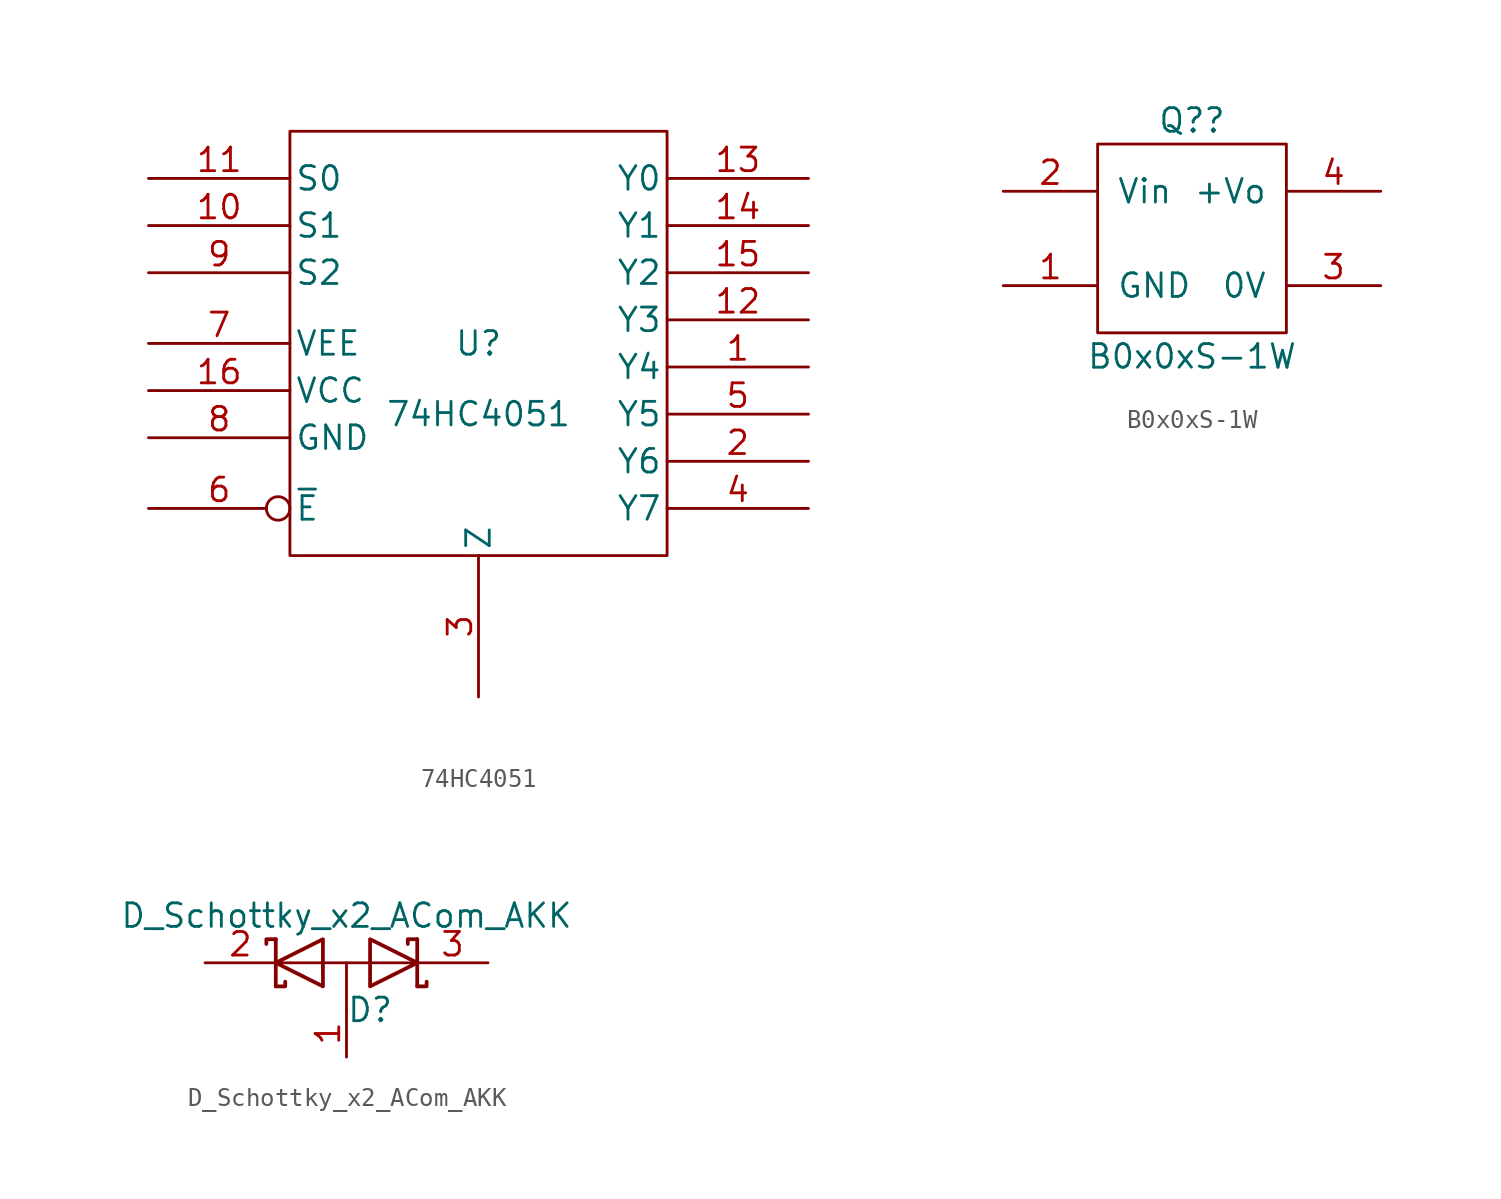
<source format=kicad_sym>
(kicad_symbol_lib
  (version 20220914)
  (generator kicad_symbol_editor)
  (symbol "74HC4051"
    (pin_names
      (offset 0.254))
    (property "Reference" "U"
      (at 0 0 0)
      (effects (font (size 1.27 1.27))))
    (property "Value" "74HC4051"
      (at 0 -3.81 0)
      (effects (font (size 1.27 1.27))))
    (property "Footprint" ""
      (at 0 0 0)
      (effects (font (size 1.27 1.27))))
    (property "Datasheet" ""
      (at 0 0 0)
      (effects (font (size 1.27 1.27))))
    (symbol "74HC4051_0_1"
      (rectangle (start -10.16 11.43) (end 10.16 -11.43) (stroke (width 0) (type solid)) (fill (type none))))
    (symbol "74HC4051_1_1"
      (pin bidirectional line (at 17.78 -1.27 180) (length 7.62) (name "Y4" (effects (font (size 1.27 1.27)))) (number "1" (effects (font (size 1.27 1.27)))))
      (pin input line (at -17.78 6.35 0) (length 7.62) (name "S1" (effects (font (size 1.27 1.27)))) (number "10" (effects (font (size 1.27 1.27)))))
      (pin input line (at -17.78 8.89 0) (length 7.62) (name "S0" (effects (font (size 1.27 1.27)))) (number "11" (effects (font (size 1.27 1.27)))))
      (pin bidirectional line (at 17.78 1.27 180) (length 7.62) (name "Y3" (effects (font (size 1.27 1.27)))) (number "12" (effects (font (size 1.27 1.27)))))
      (pin bidirectional line (at 17.78 8.89 180) (length 7.62) (name "Y0" (effects (font (size 1.27 1.27)))) (number "13" (effects (font (size 1.27 1.27)))))
      (pin bidirectional line (at 17.78 6.35 180) (length 7.62) (name "Y1" (effects (font (size 1.27 1.27)))) (number "14" (effects (font (size 1.27 1.27)))))
      (pin bidirectional line (at 17.78 3.81 180) (length 7.62) (name "Y2" (effects (font (size 1.27 1.27)))) (number "15" (effects (font (size 1.27 1.27)))))
      (pin power_in line (at -17.78 -2.54 0) (length 7.62) (name "VCC" (effects (font (size 1.27 1.27)))) (number "16" (effects (font (size 1.27 1.27)))))
      (pin bidirectional line (at 17.78 -6.35 180) (length 7.62) (name "Y6" (effects (font (size 1.27 1.27)))) (number "2" (effects (font (size 1.27 1.27)))))
      (pin bidirectional line (at 0 -19.05 90) (length 7.62) (name "Z" (effects (font (size 1.27 1.27)))) (number "3" (effects (font (size 1.27 1.27)))))
      (pin bidirectional line (at 17.78 -8.89 180) (length 7.62) (name "Y7" (effects (font (size 1.27 1.27)))) (number "4" (effects (font (size 1.27 1.27)))))
      (pin bidirectional line (at 17.78 -3.81 180) (length 7.62) (name "Y5" (effects (font (size 1.27 1.27)))) (number "5" (effects (font (size 1.27 1.27)))))
      (pin input inverted (at -17.78 -8.89 0) (length 7.62) (name "~{E}" (effects (font (size 1.27 1.27)))) (number "6" (effects (font (size 1.27 1.27)))))
      (pin power_in line (at -17.78 0 0) (length 7.62) (name "VEE" (effects (font (size 1.27 1.27)))) (number "7" (effects (font (size 1.27 1.27)))))
      (pin power_in line (at -17.78 -5.08 0) (length 7.62) (name "GND" (effects (font (size 1.27 1.27)))) (number "8" (effects (font (size 1.27 1.27)))))
      (pin input line (at -17.78 3.81 0) (length 7.62) (name "S2" (effects (font (size 1.27 1.27)))) (number "9" (effects (font (size 1.27 1.27)))))))
  (symbol "B0x0xS-1W"
    (pin_names
      (offset 1.016))
    (property "Reference" "Q?"
      (at 0 6.35 0)
      (effects (font (size 1.27 1.27))))
    (property "Value" "B0x0xS-1W"
      (at 0 -6.35 0)
      (effects (font (size 1.27 1.27))))
    (symbol "B0x0xS-1W_0_1"
      (rectangle (start -5.08 5.08) (end 5.08 -5.08) (stroke (width 0) (type solid)) (fill (type none))))
    (symbol "B0x0xS-1W_1_1"
      (pin power_in line (at -10.16 -2.54 0) (length 5.08) (name "GND" (effects (font (size 1.27 1.27)))) (number "1" (effects (font (size 1.27 1.27)))))
      (pin power_in line (at -10.16 2.54 0) (length 5.08) (name "Vin" (effects (font (size 1.27 1.27)))) (number "2" (effects (font (size 1.27 1.27)))))
      (pin power_out line (at 10.16 -2.54 180) (length 5.08) (name "0V" (effects (font (size 1.27 1.27)))) (number "3" (effects (font (size 1.27 1.27)))))
      (pin power_out line (at 10.16 2.54 180) (length 5.08) (name "+Vo" (effects (font (size 1.27 1.27)))) (number "4" (effects (font (size 1.27 1.27)))))))
  (symbol "D_Schottky_x2_ACom_AKK"
    (pin_names
      (offset 0.762) hide)
    (property "Reference" "D"
      (at 1.27 -2.54 0)
      (effects (font (size 1.27 1.27))))
    (property "Value" "D_Schottky_x2_ACom_AKK"
      (at 0 2.54 0)
      (effects (font (size 1.27 1.27))))
    (property "Footprint" ""
      (at 0 0 0)
      (effects (font (size 1.27 1.27))))
    (property "Datasheet" ""
      (at 0 0 0)
      (effects (font (size 1.27 1.27))))
    (symbol "D_Schottky_x2_ACom_AKK_0_1"
      (polyline (pts (xy -3.556 0) (xy 3.81 0)) (stroke (width 0) (type solid)) (fill (type none)))
      (polyline (pts (xy 0 0) (xy 0 -2.54)) (stroke (width 0) (type solid)) (fill (type none)))
      (polyline (pts (xy -3.81 1.27) (xy -3.81 -1.27) (xy -3.81 -1.27)) (stroke (width 0.203) (type solid)) (fill (type none)))
      (polyline (pts (xy 3.81 1.27) (xy 3.81 -1.27) (xy 3.81 -1.27)) (stroke (width 0.203) (type solid)) (fill (type none)))
      (polyline (pts (xy -3.81 1.27) (xy -4.318 1.27) (xy -4.318 1.016) (xy -4.318 1.016)) (stroke (width 0.203) (type solid)) (fill (type none)))
      (polyline (pts (xy 3.81 -1.27) (xy 4.318 -1.27) (xy 4.318 -1.016) (xy 4.318 -1.016)) (stroke (width 0.203) (type solid)) (fill (type none)))
      (polyline (pts (xy 3.81 1.27) (xy 3.302 1.27) (xy 3.302 1.016) (xy 3.302 1.016)) (stroke (width 0.203) (type solid)) (fill (type none)))
      (polyline (pts (xy -3.302 -1.016) (xy -3.302 -1.27) (xy -3.81 -1.27) (xy -3.81 -1.27) (xy -3.81 -1.27)) (stroke (width 0.203) (type solid)) (fill (type none)))
      (polyline (pts (xy -1.27 -1.27) (xy -3.81 0) (xy -1.27 1.27) (xy -1.27 -1.27) (xy -1.27 -1.27) (xy -1.27 -1.27)) (stroke (width 0.203) (type solid)) (fill (type none)))
      (polyline (pts (xy 1.27 1.27) (xy 3.81 0) (xy 1.27 -1.27) (xy 1.27 1.27) (xy 1.27 1.27) (xy 1.27 1.27)) (stroke (width 0.203) (type solid)) (fill (type none)))
      (pin passive line (at 0 -5.08 90) (length 2.54) (name "A" (effects (font (size 1.27 1.27)))) (number "1" (effects (font (size 1.27 1.27)))))
      (pin passive line (at -7.62 0 0) (length 3.81) (name "K" (effects (font (size 1.27 1.27)))) (number "2" (effects (font (size 1.27 1.27)))))
      (pin passive line (at 7.62 0 180) (length 3.81) (name "K" (effects (font (size 1.27 1.27)))) (number "3" (effects (font (size 1.27 1.27))))))))
</source>
